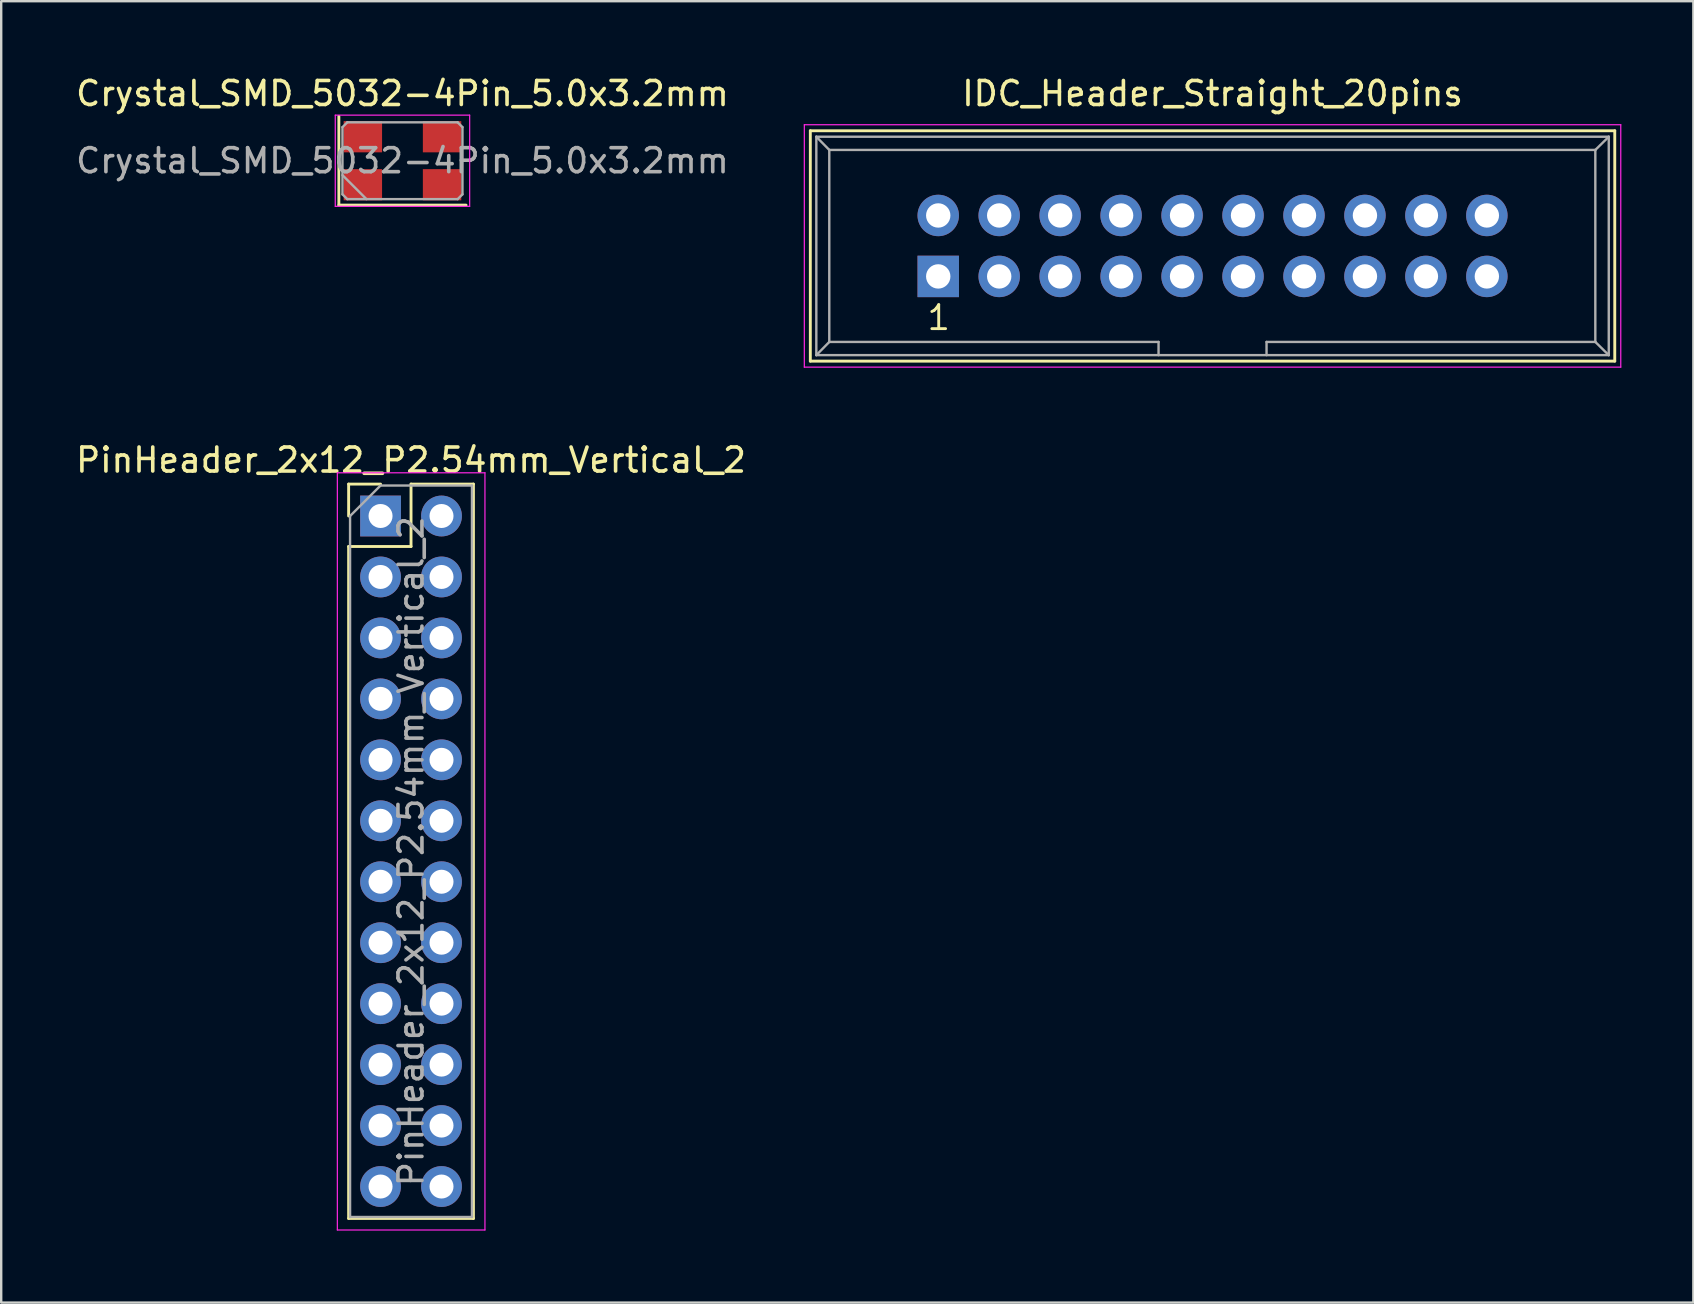
<source format=kicad_pcb>
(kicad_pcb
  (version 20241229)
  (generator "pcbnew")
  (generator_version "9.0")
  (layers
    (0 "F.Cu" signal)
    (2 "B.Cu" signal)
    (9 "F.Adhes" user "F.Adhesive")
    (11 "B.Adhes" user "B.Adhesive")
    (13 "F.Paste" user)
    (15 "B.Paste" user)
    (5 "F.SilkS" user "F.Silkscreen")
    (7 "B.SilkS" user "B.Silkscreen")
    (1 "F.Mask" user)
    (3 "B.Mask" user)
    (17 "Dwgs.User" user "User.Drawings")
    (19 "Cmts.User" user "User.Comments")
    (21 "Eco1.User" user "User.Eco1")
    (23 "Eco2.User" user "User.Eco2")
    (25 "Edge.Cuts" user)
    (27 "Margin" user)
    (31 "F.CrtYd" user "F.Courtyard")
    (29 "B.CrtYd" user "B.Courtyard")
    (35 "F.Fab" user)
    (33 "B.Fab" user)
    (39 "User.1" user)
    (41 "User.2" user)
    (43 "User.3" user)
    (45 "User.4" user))
  (footprint "PinHeader_2x12_P2.54mm_Vertical_2"
    (layer "F.Cu")
    (at 12.807 18.451)
    (property "Reference" "PinHeader_2x12_P2.54mm_Vertical_2" (at 1.27 -2.33 0) (layer "F.SilkS") (effects (font (size 1 1) (thickness 0.15))))
    (attr through_hole)
    (fp_line (start -1.33 -1.33) (end 0 -1.33) (stroke (width 0.12) (type solid)) (layer "F.SilkS"))
    (fp_line (start -1.33 0) (end -1.33 -1.33) (stroke (width 0.12) (type solid)) (layer "F.SilkS"))
    (fp_line (start -1.33 1.27) (end -1.33 29.27) (stroke (width 0.12) (type solid)) (layer "F.SilkS"))
    (fp_line (start -1.33 1.27) (end 1.27 1.27) (stroke (width 0.12) (type solid)) (layer "F.SilkS"))
    (fp_line (start -1.33 29.27) (end 3.87 29.27) (stroke (width 0.12) (type solid)) (layer "F.SilkS"))
    (fp_line (start 1.27 -1.33) (end 3.87 -1.33) (stroke (width 0.12) (type solid)) (layer "F.SilkS"))
    (fp_line (start 1.27 1.27) (end 1.27 -1.33) (stroke (width 0.12) (type solid)) (layer "F.SilkS"))
    (fp_line (start 3.87 -1.33) (end 3.87 29.27) (stroke (width 0.12) (type solid)) (layer "F.SilkS"))
    (fp_line (start -1.8 -1.8) (end -1.8 29.75) (stroke (width 0.05) (type solid)) (layer "F.CrtYd"))
    (fp_line (start -1.8 29.75) (end 4.35 29.75) (stroke (width 0.05) (type solid)) (layer "F.CrtYd"))
    (fp_line (start 4.35 -1.8) (end -1.8 -1.8) (stroke (width 0.05) (type solid)) (layer "F.CrtYd"))
    (fp_line (start 4.35 29.75) (end 4.35 -1.8) (stroke (width 0.05) (type solid)) (layer "F.CrtYd"))
    (fp_line (start -1.27 0) (end 0 -1.27) (stroke (width 0.1) (type solid)) (layer "F.Fab"))
    (fp_line (start -1.27 29.21) (end -1.27 0) (stroke (width 0.1) (type solid)) (layer "F.Fab"))
    (fp_line (start 0 -1.27) (end 3.81 -1.27) (stroke (width 0.1) (type solid)) (layer "F.Fab"))
    (fp_line (start 3.81 -1.27) (end 3.81 29.21) (stroke (width 0.1) (type solid)) (layer "F.Fab"))
    (fp_line (start 3.81 29.21) (end -1.27 29.21) (stroke (width 0.1) (type solid)) (layer "F.Fab"))
    (fp_text user "${REFERENCE}" (at 1.27 13.97 90) (layer "F.Fab") (effects (font (size 1 1) (thickness 0.15))))
    (pad "25" thru_hole oval (at 2.54 27.94) (size 1.7 1.7) (drill 1) (layers "*.Cu" "*.Mask"))
    (pad "26" thru_hole oval (at 0 27.94) (size 1.7 1.7) (drill 1) (layers "*.Cu" "*.Mask"))
    (pad "27" thru_hole oval (at 2.54 25.4) (size 1.7 1.7) (drill 1) (layers "*.Cu" "*.Mask"))
    (pad "28" thru_hole oval (at 0 25.4) (size 1.7 1.7) (drill 1) (layers "*.Cu" "*.Mask"))
    (pad "29" thru_hole oval (at 2.54 22.86) (size 1.7 1.7) (drill 1) (layers "*.Cu" "*.Mask"))
    (pad "30" thru_hole oval (at 0 22.86) (size 1.7 1.7) (drill 1) (layers "*.Cu" "*.Mask"))
    (pad "31" thru_hole oval (at 2.54 20.32) (size 1.7 1.7) (drill 1) (layers "*.Cu" "*.Mask"))
    (pad "32" thru_hole oval (at 0 20.32) (size 1.7 1.7) (drill 1) (layers "*.Cu" "*.Mask"))
    (pad "33" thru_hole oval (at 2.54 17.78) (size 1.7 1.7) (drill 1) (layers "*.Cu" "*.Mask"))
    (pad "34" thru_hole oval (at 0 17.78) (size 1.7 1.7) (drill 1) (layers "*.Cu" "*.Mask"))
    (pad "35" thru_hole oval (at 2.54 15.24) (size 1.7 1.7) (drill 1) (layers "*.Cu" "*.Mask"))
    (pad "36" thru_hole oval (at 0 15.24) (size 1.7 1.7) (drill 1) (layers "*.Cu" "*.Mask"))
    (pad "37" thru_hole oval (at 2.54 12.7) (size 1.7 1.7) (drill 1) (layers "*.Cu" "*.Mask"))
    (pad "38" thru_hole oval (at 0 12.7) (size 1.7 1.7) (drill 1) (layers "*.Cu" "*.Mask"))
    (pad "39" thru_hole oval (at 2.54 10.16) (size 1.7 1.7) (drill 1) (layers "*.Cu" "*.Mask"))
    (pad "40" thru_hole oval (at 0 10.16) (size 1.7 1.7) (drill 1) (layers "*.Cu" "*.Mask"))
    (pad "41" thru_hole oval (at 2.54 7.62) (size 1.7 1.7) (drill 1) (layers "*.Cu" "*.Mask"))
    (pad "42" thru_hole oval (at 0 7.62) (size 1.7 1.7) (drill 1) (layers "*.Cu" "*.Mask"))
    (pad "43" thru_hole oval (at 2.54 5.08) (size 1.7 1.7) (drill 1) (layers "*.Cu" "*.Mask"))
    (pad "44" thru_hole oval (at 0 5.08) (size 1.7 1.7) (drill 1) (layers "*.Cu" "*.Mask"))
    (pad "45" thru_hole oval (at 2.54 2.54) (size 1.7 1.7) (drill 1) (layers "*.Cu" "*.Mask"))
    (pad "46" thru_hole oval (at 0 2.54) (size 1.7 1.7) (drill 1) (layers "*.Cu" "*.Mask"))
    (pad "47" thru_hole oval (at 2.54 0) (size 1.7 1.7) (drill 1) (layers "*.Cu" "*.Mask"))
    (pad "48" thru_hole rect (at 0 0) (size 1.7 1.7) (drill 1) (layers "*.Cu" "*.Mask")))
  (footprint "IDC_Header_Straight_20pins"
    (layer "F.Cu")
    (at 36.045 8.468)
    (property "Reference" "IDC_Header_Straight_20pins" (at 11.43 -7.62 0) (layer "F.SilkS") (effects (font (size 1 1) (thickness 0.15))))
    (attr through_hole)
    (fp_line (start -5.33 -6.07) (end 28.19 -6.07) (stroke (width 0.12) (type solid)) (layer "F.SilkS"))
    (fp_line (start -5.33 3.53) (end -5.33 -6.07) (stroke (width 0.12) (type solid)) (layer "F.SilkS"))
    (fp_line (start 28.19 -6.07) (end 28.19 3.53) (stroke (width 0.12) (type solid)) (layer "F.SilkS"))
    (fp_line (start 28.19 3.53) (end -5.33 3.53) (stroke (width 0.12) (type solid)) (layer "F.SilkS"))
    (fp_line (start -5.58 -6.32) (end 28.44 -6.32) (stroke (width 0.05) (type solid)) (layer "F.CrtYd"))
    (fp_line (start -5.58 3.78) (end -5.58 -6.32) (stroke (width 0.05) (type solid)) (layer "F.CrtYd"))
    (fp_line (start 28.44 -6.32) (end 28.44 3.78) (stroke (width 0.05) (type solid)) (layer "F.CrtYd"))
    (fp_line (start 28.44 3.78) (end -5.58 3.78) (stroke (width 0.05) (type solid)) (layer "F.CrtYd"))
    (fp_line (start -5.08 -5.82) (end -5.08 3.28) (stroke (width 0.1) (type solid)) (layer "F.Fab"))
    (fp_line (start -5.08 -5.82) (end -4.54 -5.27) (stroke (width 0.1) (type solid)) (layer "F.Fab"))
    (fp_line (start -5.08 -5.82) (end 27.94 -5.82) (stroke (width 0.1) (type solid)) (layer "F.Fab"))
    (fp_line (start -5.08 3.28) (end -4.54 2.73) (stroke (width 0.1) (type solid)) (layer "F.Fab"))
    (fp_line (start -5.08 3.28) (end 27.94 3.28) (stroke (width 0.1) (type solid)) (layer "F.Fab"))
    (fp_line (start -4.54 -5.27) (end -4.54 2.73) (stroke (width 0.1) (type solid)) (layer "F.Fab"))
    (fp_line (start -4.54 -5.27) (end 27.38 -5.27) (stroke (width 0.1) (type solid)) (layer "F.Fab"))
    (fp_line (start -4.54 2.73) (end 9.18 2.73) (stroke (width 0.1) (type solid)) (layer "F.Fab"))
    (fp_line (start 9.18 2.73) (end 9.18 3.28) (stroke (width 0.1) (type solid)) (layer "F.Fab"))
    (fp_line (start 13.68 2.73) (end 13.68 3.28) (stroke (width 0.1) (type solid)) (layer "F.Fab"))
    (fp_line (start 13.68 2.73) (end 27.38 2.73) (stroke (width 0.1) (type solid)) (layer "F.Fab"))
    (fp_line (start 27.38 -5.27) (end 27.38 2.73) (stroke (width 0.1) (type solid)) (layer "F.Fab"))
    (fp_line (start 27.94 -5.82) (end 27.38 -5.27) (stroke (width 0.1) (type solid)) (layer "F.Fab"))
    (fp_line (start 27.94 -5.82) (end 27.94 3.28) (stroke (width 0.1) (type solid)) (layer "F.Fab"))
    (fp_line (start 27.94 3.28) (end 27.38 2.73) (stroke (width 0.1) (type solid)) (layer "F.Fab"))
    (fp_text user "1" (at 0.02 1.72 0) (layer "F.SilkS") (effects (font (size 1 1) (thickness 0.12))))
    (pad "1" thru_hole rect (at 0 0) (size 1.727 1.727) (drill 1.016) (layers "*.Cu" "*.Mask"))
    (pad "2" thru_hole oval (at 0 -2.54) (size 1.727 1.727) (drill 1.016) (layers "*.Cu" "*.Mask"))
    (pad "3" thru_hole oval (at 2.54 0) (size 1.727 1.727) (drill 1.016) (layers "*.Cu" "*.Mask"))
    (pad "4" thru_hole oval (at 2.54 -2.54) (size 1.727 1.727) (drill 1.016) (layers "*.Cu" "*.Mask"))
    (pad "5" thru_hole oval (at 5.08 0) (size 1.727 1.727) (drill 1.016) (layers "*.Cu" "*.Mask"))
    (pad "6" thru_hole oval (at 5.08 -2.54) (size 1.727 1.727) (drill 1.016) (layers "*.Cu" "*.Mask"))
    (pad "7" thru_hole oval (at 7.62 0) (size 1.727 1.727) (drill 1.016) (layers "*.Cu" "*.Mask"))
    (pad "8" thru_hole oval (at 7.62 -2.54) (size 1.727 1.727) (drill 1.016) (layers "*.Cu" "*.Mask"))
    (pad "9" thru_hole oval (at 10.16 0) (size 1.727 1.727) (drill 1.016) (layers "*.Cu" "*.Mask"))
    (pad "10" thru_hole oval (at 10.16 -2.54) (size 1.727 1.727) (drill 1.016) (layers "*.Cu" "*.Mask"))
    (pad "11" thru_hole oval (at 12.7 0) (size 1.727 1.727) (drill 1.016) (layers "*.Cu" "*.Mask"))
    (pad "12" thru_hole oval (at 12.7 -2.54) (size 1.727 1.727) (drill 1.016) (layers "*.Cu" "*.Mask"))
    (pad "13" thru_hole oval (at 15.24 0) (size 1.727 1.727) (drill 1.016) (layers "*.Cu" "*.Mask"))
    (pad "14" thru_hole oval (at 15.24 -2.54) (size 1.727 1.727) (drill 1.016) (layers "*.Cu" "*.Mask"))
    (pad "15" thru_hole oval (at 17.78 0) (size 1.727 1.727) (drill 1.016) (layers "*.Cu" "*.Mask"))
    (pad "16" thru_hole oval (at 17.78 -2.54) (size 1.727 1.727) (drill 1.016) (layers "*.Cu" "*.Mask"))
    (pad "17" thru_hole oval (at 20.32 0) (size 1.727 1.727) (drill 1.016) (layers "*.Cu" "*.Mask"))
    (pad "18" thru_hole oval (at 20.32 -2.54) (size 1.727 1.727) (drill 1.016) (layers "*.Cu" "*.Mask"))
    (pad "19" thru_hole oval (at 22.86 0) (size 1.727 1.727) (drill 1.016) (layers "*.Cu" "*.Mask"))
    (pad "20" thru_hole oval (at 22.86 -2.54) (size 1.727 1.727) (drill 1.016) (layers "*.Cu" "*.Mask")))
  (footprint "Crystal_SMD_5032-4Pin_5.0x3.2mm"
    (layer "F.Cu")
    (at 13.72 3.648)
    (property "Reference" "Crystal_SMD_5032-4Pin_5.0x3.2mm" (at 0 -2.8 0) (layer "F.SilkS") (effects (font (size 1 1) (thickness 0.15))))
    (attr smd)
    (fp_line (start -2.65 -1.85) (end -2.65 1.85) (stroke (width 0.12) (type solid)) (layer "F.SilkS"))
    (fp_line (start -2.65 1.85) (end 2.65 1.85) (stroke (width 0.12) (type solid)) (layer "F.SilkS"))
    (fp_line (start -2.8 -1.9) (end -2.8 1.9) (stroke (width 0.05) (type solid)) (layer "F.CrtYd"))
    (fp_line (start -2.8 1.9) (end 2.8 1.9) (stroke (width 0.05) (type solid)) (layer "F.CrtYd"))
    (fp_line (start 2.8 -1.9) (end -2.8 -1.9) (stroke (width 0.05) (type solid)) (layer "F.CrtYd"))
    (fp_line (start 2.8 1.9) (end 2.8 -1.9) (stroke (width 0.05) (type solid)) (layer "F.CrtYd"))
    (fp_line (start -2.5 -1.4) (end -2.3 -1.6) (stroke (width 0.1) (type solid)) (layer "F.Fab"))
    (fp_line (start -2.5 0.6) (end -1.5 1.6) (stroke (width 0.1) (type solid)) (layer "F.Fab"))
    (fp_line (start -2.5 1.4) (end -2.5 -1.4) (stroke (width 0.1) (type solid)) (layer "F.Fab"))
    (fp_line (start -2.3 -1.6) (end 2.3 -1.6) (stroke (width 0.1) (type solid)) (layer "F.Fab"))
    (fp_line (start -2.3 1.6) (end -2.5 1.4) (stroke (width 0.1) (type solid)) (layer "F.Fab"))
    (fp_line (start 2.3 -1.6) (end 2.5 -1.4) (stroke (width 0.1) (type solid)) (layer "F.Fab"))
    (fp_line (start 2.3 1.6) (end -2.3 1.6) (stroke (width 0.1) (type solid)) (layer "F.Fab"))
    (fp_line (start 2.5 -1.4) (end 2.5 1.4) (stroke (width 0.1) (type solid)) (layer "F.Fab"))
    (fp_line (start 2.5 1.4) (end 2.3 1.6) (stroke (width 0.1) (type solid)) (layer "F.Fab"))
    (fp_text user "${REFERENCE}" (at 0 0 0) (layer "F.Fab") (effects (font (size 1 1) (thickness 0.15))))
    (pad "1" smd rect (at -1.65 1) (size 1.6 1.3) (layers "F.Cu" "F.Mask" "F.Paste"))
    (pad "2" smd rect (at 1.65 1) (size 1.6 1.3) (layers "F.Cu" "F.Mask" "F.Paste"))
    (pad "3" smd rect (at 1.65 -1) (size 1.6 1.3) (layers "F.Cu" "F.Mask" "F.Paste"))
    (pad "4" smd rect (at -1.65 -1) (size 1.6 1.3) (layers "F.Cu" "F.Mask" "F.Paste")))
  (gr_rect
    (start -3 -3)
    (end 67.51 51.227)
    (stroke (width 0.1) (type default))
    (fill no)
    (layer "Edge.Cuts")))
</source>
